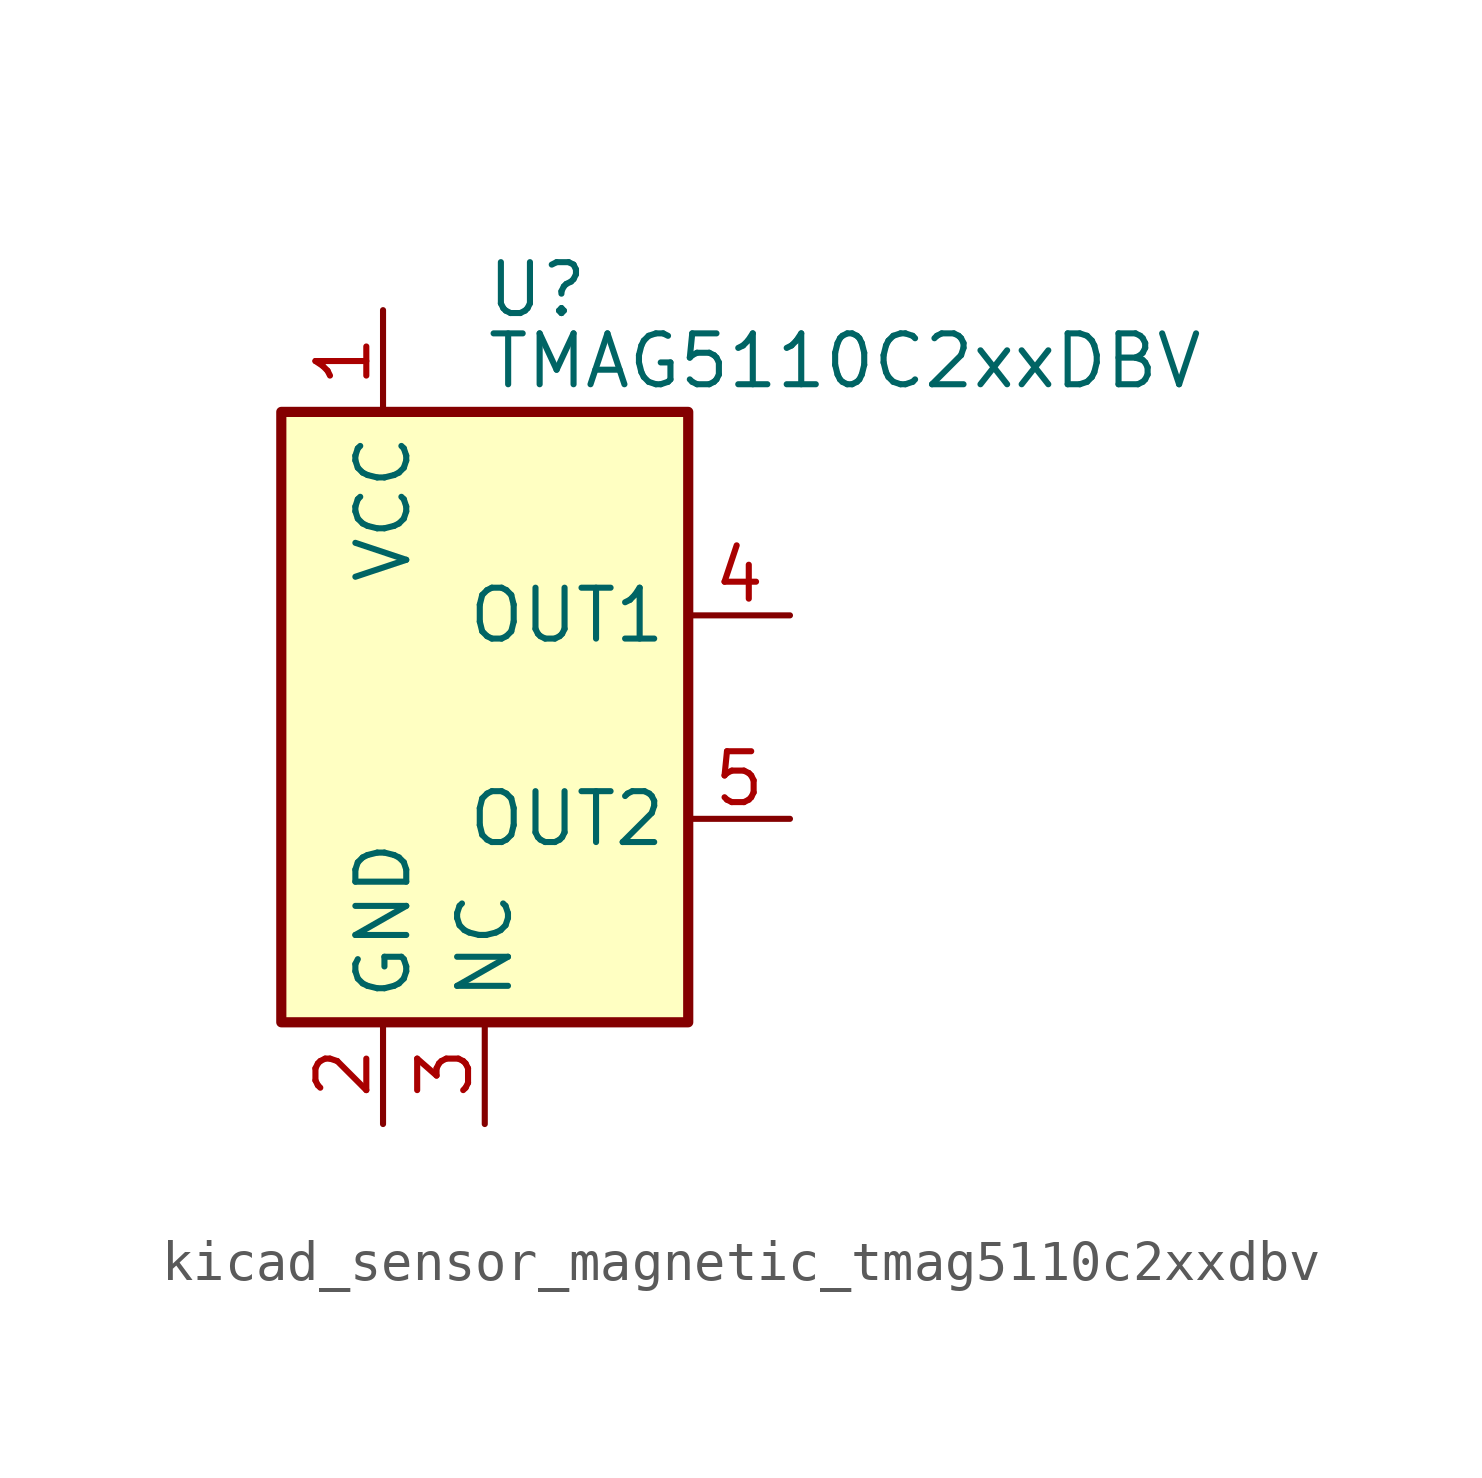
<source format=kicad_sym>
(kicad_symbol_lib
  (version 20220914)
  (generator kicad_symbol_editor)
  (symbol "kicad_sensor_magnetic_tmag5110c2xxdbv"
    (property "Reference" "U"
      (at 0 10.668 0)
      (effects (font (size 1.27 1.27)) (justify left)))
    (property "Value" "TMAG5110C2xxDBV"
      (at 0 8.89 0)
      (effects (font (size 1.27 1.27)) (justify left)))
    (symbol "kicad_sensor_magnetic_tmag5110c2xxdbv_0_0"
      (pin passive line (at 0 -10.16 90) (length 2.54) (name "NC" (effects (font (size 1.27 1.27)))) (number "3" (effects (font (size 1.27 1.27)))))
      (pin open_collector line (at 7.62 -2.54 180) (length 2.54) (name "OUT2" (effects (font (size 1.27 1.27)))) (number "5" (effects (font (size 1.27 1.27))))))
    (symbol "kicad_sensor_magnetic_tmag5110c2xxdbv_0_1"
      (rectangle (start -5.08 7.62) (end 5.08 -7.62) (stroke (width 0.254) (type default)) (fill (type background))))
    (symbol "kicad_sensor_magnetic_tmag5110c2xxdbv_1_1"
      (pin power_in line (at -2.54 10.16 270) (length 2.54) (name "VCC" (effects (font (size 1.27 1.27)))) (number "1" (effects (font (size 1.27 1.27)))))
      (pin power_in line (at -2.54 -10.16 90) (length 2.54) (name "GND" (effects (font (size 1.27 1.27)))) (number "2" (effects (font (size 1.27 1.27)))))
      (pin open_collector line (at 7.62 2.54 180) (length 2.54) (name "OUT1" (effects (font (size 1.27 1.27)))) (number "4" (effects (font (size 1.27 1.27))))))))
</source>
